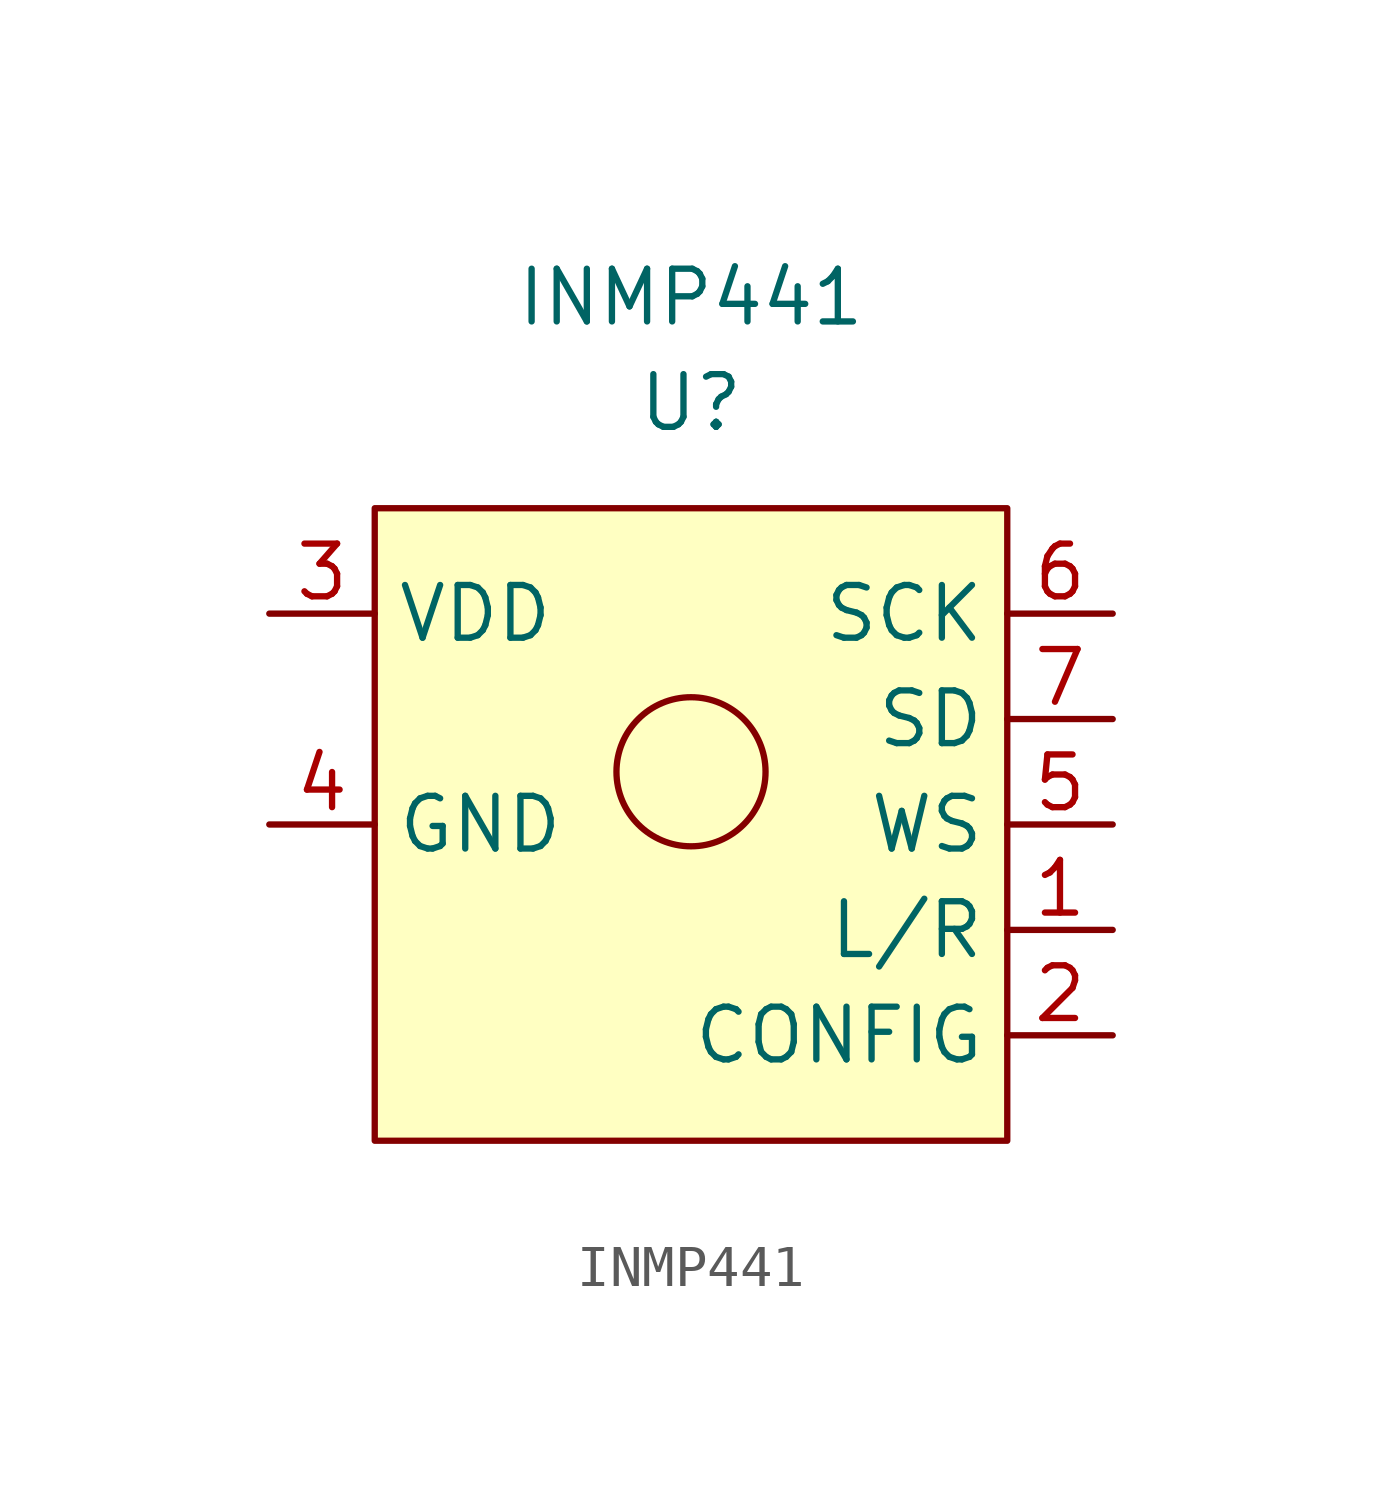
<source format=kicad_sym>
(kicad_symbol_lib
  (version 20211014)
  (generator kicad_symbol_editor)
  (symbol "INMP441"
    (property "Reference" "U"
      (at 0 0 0)
      (effects (font (size 1.27 1.27))))
    (property "Value" "INMP441"
      (at 0 2.54 0)
      (effects (font (size 1.27 1.27))))
    (symbol "INMP441_0_1"
      (rectangle (start -7.62 -2.54) (end 7.62 -17.78) (stroke (width 0.152) (type default) (color 0 0 0 0)) (fill (type background)))
      (circle (center 0 -8.89) (radius 1.796) (stroke (width 0.152) (type default) (color 0 0 0 0)) (fill (type none))))
    (symbol "INMP441_1_1"
      (pin input line (at 10.16 -12.7 180) (length 2.54) (name "L/R" (effects (font (size 1.27 1.27)))) (number "1" (effects (font (size 1.27 1.27)))))
      (pin input line (at 10.16 -15.24 180) (length 2.54) (name "CONFIG" (effects (font (size 1.27 1.27)))) (number "2" (effects (font (size 1.27 1.27)))))
      (pin power_in line (at -10.16 -5.08 0) (length 2.54) (name "VDD" (effects (font (size 1.27 1.27)))) (number "3" (effects (font (size 1.27 1.27)))))
      (pin passive line (at -10.16 -10.16 0) (length 2.54) (name "GND" (effects (font (size 1.27 1.27)))) (number "4" (effects (font (size 1.27 1.27)))))
      (pin input line (at 10.16 -10.16 180) (length 2.54) (name "WS" (effects (font (size 1.27 1.27)))) (number "5" (effects (font (size 1.27 1.27)))))
      (pin input line (at 10.16 -5.08 180) (length 2.54) (name "SCK" (effects (font (size 1.27 1.27)))) (number "6" (effects (font (size 1.27 1.27)))))
      (pin input line (at 10.16 -7.62 180) (length 2.54) (name "SD" (effects (font (size 1.27 1.27)))) (number "7" (effects (font (size 1.27 1.27))))))))
</source>
